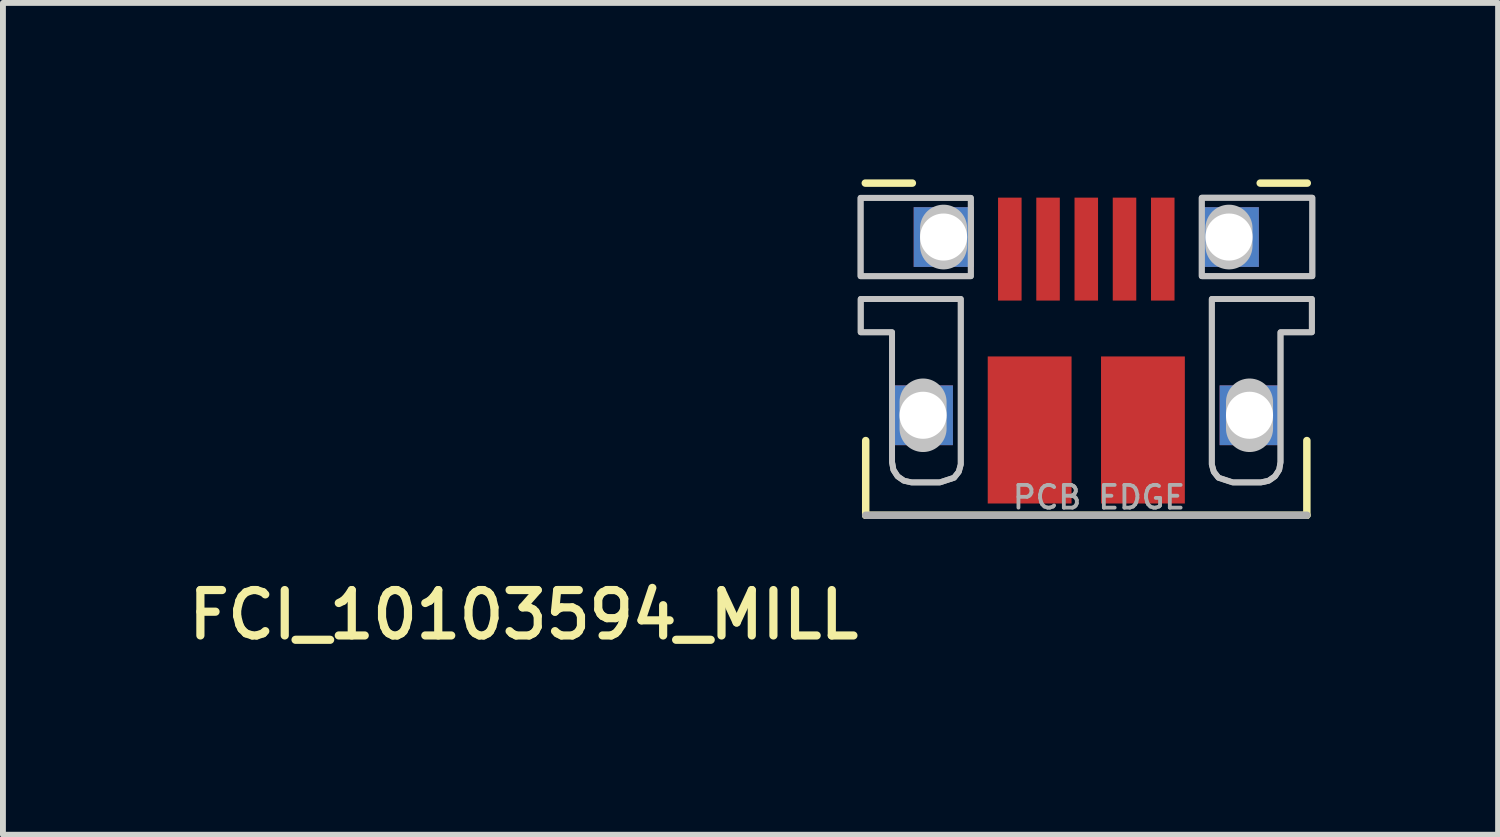
<source format=kicad_pcb>
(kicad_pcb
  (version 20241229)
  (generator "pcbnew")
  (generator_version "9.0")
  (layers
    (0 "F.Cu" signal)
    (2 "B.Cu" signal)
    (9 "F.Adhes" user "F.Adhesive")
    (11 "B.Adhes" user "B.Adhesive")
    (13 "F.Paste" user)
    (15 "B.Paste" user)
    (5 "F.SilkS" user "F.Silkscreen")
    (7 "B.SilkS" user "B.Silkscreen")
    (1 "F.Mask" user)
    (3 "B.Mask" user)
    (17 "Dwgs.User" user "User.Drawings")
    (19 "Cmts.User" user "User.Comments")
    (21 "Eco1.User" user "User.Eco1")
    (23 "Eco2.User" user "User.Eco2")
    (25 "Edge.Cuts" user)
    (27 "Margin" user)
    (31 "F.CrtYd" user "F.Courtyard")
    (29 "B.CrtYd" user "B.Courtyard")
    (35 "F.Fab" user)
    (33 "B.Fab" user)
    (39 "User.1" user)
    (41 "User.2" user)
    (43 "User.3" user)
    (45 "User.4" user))
  (footprint "FCI_10103594_MILL"
    (layer "F.Cu")
    (at 15.418 5.71)
    (property "Reference" "FCI_10103594_MILL" (at -3.794 1.242 180) (layer "F.SilkS") (effects (font (size 0.772 0.772) (thickness 0.139)) (justify right top)))
    (attr through_hole)
    (fp_poly (pts (xy -4 -3.899) (xy -1.803 -3.899) (xy -1.803 -5.563) (xy -4 -5.563)) (stroke (width 0) (type solid)) (fill yes) (layer "F.Mask"))
    (fp_poly (pts (xy 1.803 -3.899) (xy 4 -3.899) (xy 4 -5.563) (xy 1.803 -5.563)) (stroke (width 0) (type solid)) (fill yes) (layer "F.Mask"))
    (fp_poly (pts (xy -1.956 -3.848) (xy -1.956 -0.876) (xy -1.982 -0.722) (xy -2.055 -0.583) (xy -2.168 -0.473) (xy -2.464 -0.381) (xy -2.972 -0.381) (xy -3.125 -0.405) (xy -3.263 -0.476) (xy -3.373 -0.585) (xy -3.467 -0.876) (xy -3.467 -2.946) (xy -4 -2.946) (xy -4 -3.848)) (stroke (width 0) (type solid)) (fill yes) (layer "F.Mask"))
    (fp_poly (pts (xy 1.956 -3.848) (xy 1.956 -0.876) (xy 1.982 -0.722) (xy 2.055 -0.583) (xy 2.168 -0.473) (xy 2.464 -0.381) (xy 2.972 -0.381) (xy 3.125 -0.405) (xy 3.263 -0.476) (xy 3.373 -0.585) (xy 3.467 -0.876) (xy 3.467 -2.946) (xy 4 -2.946) (xy 4 -3.848)) (stroke (width 0) (type solid)) (fill yes) (layer "F.Mask"))
    (fp_poly (pts (xy -4 -3.899) (xy -1.803 -3.899) (xy -1.803 -5.563) (xy -4 -5.563)) (stroke (width 0) (type solid)) (fill yes) (layer "B.Mask"))
    (fp_poly (pts (xy 1.803 -3.899) (xy 4 -3.899) (xy 4 -5.563) (xy 1.803 -5.563)) (stroke (width 0) (type solid)) (fill yes) (layer "B.Mask"))
    (fp_poly (pts (xy -1.956 -3.848) (xy -1.956 -0.876) (xy -1.982 -0.722) (xy -2.055 -0.583) (xy -2.168 -0.473) (xy -2.464 -0.381) (xy -2.972 -0.381) (xy -3.125 -0.405) (xy -3.263 -0.476) (xy -3.373 -0.585) (xy -3.467 -0.876) (xy -3.467 -2.946) (xy -4 -2.946) (xy -4 -3.848)) (stroke (width 0) (type solid)) (fill yes) (layer "B.Mask"))
    (fp_poly (pts (xy 1.956 -3.848) (xy 1.956 -0.876) (xy 1.982 -0.722) (xy 2.055 -0.583) (xy 2.168 -0.473) (xy 2.464 -0.381) (xy 2.972 -0.381) (xy 3.125 -0.405) (xy 3.263 -0.476) (xy 3.373 -0.585) (xy 3.467 -0.876) (xy 3.467 -2.946) (xy 4 -2.946) (xy 4 -3.848)) (stroke (width 0) (type solid)) (fill yes) (layer "B.Mask"))
    (fp_line (start -3.757 -5.647) (end -2.957 -5.647) (stroke (width 0.127) (type solid)) (layer "F.SilkS"))
    (fp_line (start -3.75 -1.27) (end -3.75 0) (stroke (width 0.127) (type solid)) (layer "F.SilkS"))
    (fp_line (start -3.75 0) (end 3.75 0) (stroke (width 0.127) (type solid)) (layer "F.SilkS"))
    (fp_line (start 2.957 -5.647) (end 3.757 -5.647) (stroke (width 0.127) (type solid)) (layer "F.SilkS"))
    (fp_line (start 3.75 0) (end 3.75 -1.27) (stroke (width 0.127) (type solid)) (layer "F.SilkS"))
    (fp_poly (pts (xy -3.873 -4.064) (xy -1.905 -4.064) (xy -1.905 -5.397) (xy -3.873 -5.397)) (stroke (width 0) (type solid)) (fill yes) (layer "F.Paste"))
    (fp_poly (pts (xy -3.873 -3.111) (xy -2.095 -3.111) (xy -2.095 -3.683) (xy -3.873 -3.683)) (stroke (width 0) (type solid)) (fill yes) (layer "F.Paste"))
    (fp_poly (pts (xy -3.365 -0.889) (xy -2.095 -0.889) (xy -2.095 -3.683) (xy -3.365 -3.683)) (stroke (width 0) (type solid)) (fill yes) (layer "F.Paste"))
    (fp_poly (pts (xy 1.905 -4.064) (xy 3.873 -4.064) (xy 3.873 -5.397) (xy 1.905 -5.397)) (stroke (width 0) (type solid)) (fill yes) (layer "F.Paste"))
    (fp_poly (pts (xy 2.095 -3.111) (xy 3.873 -3.111) (xy 3.873 -3.683) (xy 2.095 -3.683)) (stroke (width 0) (type solid)) (fill yes) (layer "F.Paste"))
    (fp_poly (pts (xy 2.095 -0.889) (xy 3.365 -0.889) (xy 3.365 -3.683) (xy 2.095 -3.683)) (stroke (width 0) (type solid)) (fill yes) (layer "F.Paste"))
    (fp_line (start -2.775 -1.925) (end -2.775 -1.475) (stroke (width 0.8) (type solid)) (layer "Dwgs.User"))
    (fp_line (start -2.426 -4.88) (end -2.426 -4.58) (stroke (width 0.8) (type solid)) (layer "Dwgs.User"))
    (fp_line (start 2.426 -4.88) (end 2.426 -4.58) (stroke (width 0.8) (type solid)) (layer "Dwgs.User"))
    (fp_line (start 2.775 -1.925) (end 2.775 -1.475) (stroke (width 0.8) (type solid)) (layer "Dwgs.User"))
    (fp_poly (pts (xy -3.837 -5.396) (xy -1.963 -5.396) (xy -1.963 -4.064) (xy -3.837 -4.064)) (stroke (width 0.1) (type solid)) (fill no) (layer "Dwgs.User"))
    (fp_poly (pts (xy -3.837 -5.396) (xy -1.963 -5.396) (xy -1.963 -4.064) (xy -3.837 -4.064)) (stroke (width 0.1) (type solid)) (fill no) (layer "Dwgs.User"))
    (fp_poly (pts (xy 3.843 -4.065) (xy 1.963 -4.065) (xy 1.963 -5.398) (xy 3.843 -5.398)) (stroke (width 0.1) (type solid)) (fill no) (layer "Dwgs.User"))
    (fp_poly (pts (xy 3.843 -4.065) (xy 1.963 -4.065) (xy 1.963 -5.398) (xy 3.843 -5.398)) (stroke (width 0.1) (type solid)) (fill no) (layer "Dwgs.User"))
    (fp_poly (pts (xy -2.134 -3.677) (xy -2.134 -0.864) (xy -2.168 -0.739) (xy -2.248 -0.638) (xy -2.489 -0.559) (xy -2.972 -0.559) (xy -3.1 -0.587) (xy -3.208 -0.662) (xy -3.279 -0.772) (xy -3.302 -0.902) (xy -3.302 -3.111) (xy -3.835 -3.111) (xy -3.835 -3.677)) (stroke (width 0.1) (type solid)) (fill no) (layer "Dwgs.User"))
    (fp_poly (pts (xy -2.134 -3.677) (xy -2.134 -0.864) (xy -2.168 -0.739) (xy -2.248 -0.638) (xy -2.489 -0.559) (xy -2.972 -0.559) (xy -3.1 -0.587) (xy -3.208 -0.662) (xy -3.279 -0.772) (xy -3.302 -0.902) (xy -3.302 -3.111) (xy -3.835 -3.111) (xy -3.835 -3.677)) (stroke (width 0.1) (type solid)) (fill no) (layer "Dwgs.User"))
    (fp_poly (pts (xy 2.134 -3.677) (xy 2.134 -0.864) (xy 2.168 -0.739) (xy 2.248 -0.638) (xy 2.489 -0.559) (xy 2.972 -0.559) (xy 3.1 -0.587) (xy 3.208 -0.662) (xy 3.279 -0.772) (xy 3.302 -0.902) (xy 3.302 -3.111) (xy 3.835 -3.111) (xy 3.835 -3.677)) (stroke (width 0.1) (type solid)) (fill no) (layer "Dwgs.User"))
    (fp_poly (pts (xy 2.134 -3.677) (xy 2.134 -0.864) (xy 2.168 -0.739) (xy 2.248 -0.638) (xy 2.489 -0.559) (xy 2.972 -0.559) (xy 3.1 -0.587) (xy 3.208 -0.662) (xy 3.279 -0.772) (xy 3.302 -0.902) (xy 3.302 -3.111) (xy 3.835 -3.111) (xy 3.835 -3.677)) (stroke (width 0.1) (type solid)) (fill no) (layer "Dwgs.User"))
    (fp_line (start -3.75 0) (end 3.75 0) (stroke (width 0.127) (type solid)) (layer "F.Fab"))
    (fp_text user "PCB EDGE" (at 0.216 -0.305 0) (layer "F.Fab") (effects (font (size 0.386 0.386) (thickness 0.065))))
    (pad "BASE@1" smd rect (at -0.963 -1.45 90) (size 2.5 1.425) (layers "F.Cu" "F.Mask" "F.Paste"))
    (pad "BASE@2" smd rect (at 0.963 -1.45 90) (size 2.5 1.425) (layers "F.Cu" "F.Mask" "F.Paste"))
    (pad "D+" smd rect (at 0 -4.525) (size 0.4 1.75) (layers "F.Cu" "F.Mask" "F.Paste"))
    (pad "D-" smd rect (at -0.65 -4.525) (size 0.4 1.75) (layers "F.Cu" "F.Mask" "F.Paste"))
    (pad "GND" smd rect (at 1.3 -4.525) (size 0.4 1.75) (layers "F.Cu" "F.Mask" "F.Paste"))
    (pad "ID" smd rect (at 0.65 -4.525) (size 0.4 1.75) (layers "F.Cu" "F.Mask" "F.Paste"))
    (pad "SPRT@1" thru_hole rect (at -2.775 -1.7) (size 1.016 1.016) (drill 0.8) (layers "*.Cu" "*.Mask"))
    (pad "SPRT@2" thru_hole rect (at 2.775 -1.7) (size 1.016 1.016) (drill 0.8) (layers "*.Cu" "*.Mask"))
    (pad "SPRT@3" thru_hole rect (at -2.426 -4.73) (size 1.016 1.016) (drill 0.8) (layers "*.Cu" "*.Mask"))
    (pad "SPRT@4" thru_hole rect (at 2.426 -4.73) (size 1.016 1.016) (drill 0.8) (layers "*.Cu" "*.Mask"))
    (pad "VBUS" smd rect (at -1.3 -4.525) (size 0.4 1.75) (layers "F.Cu" "F.Mask" "F.Paste")))
  (gr_rect
    (start -3 -3)
    (end 22.419 11.141)
    (stroke (width 0.1) (type default))
    (fill no)
    (layer "Edge.Cuts")))
</source>
